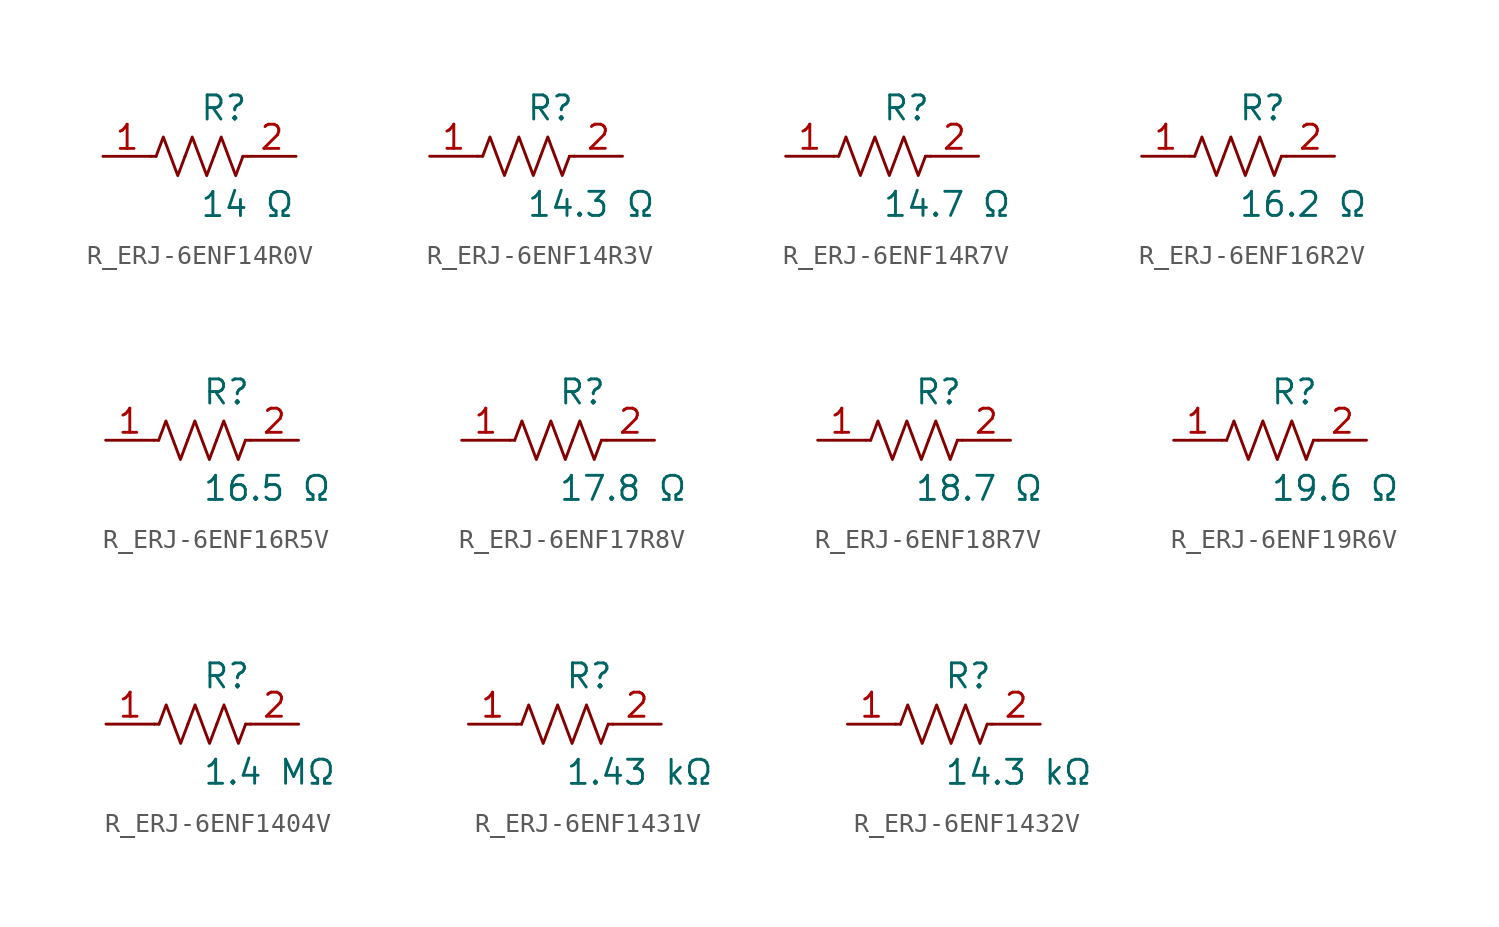
<source format=kicad_sym>
(kicad_symbol_lib
  (version 20231120)
  (generator kicad_symbol_editor)
  (generator_version 8.0)
  (symbol "R_ERJ-6ENF14R0V"
    (pin_names
      (offset 0.254))
    (property "Reference" "R"
      (at 0.0 2.54 0)
      (effects (font (size 1.27 1.27)) (justify left)))
    (property "Value" "14 Ω"
      (at 0.0 -2.54 0)
      (effects (font (size 1.27 1.27)) (justify left)))
    (symbol "R_ERJ-6ENF14R0V_0_1"
      (polyline (pts (xy 2.286 0) (xy 2.54 0)) (stroke (width 0) (type default)) (fill (type none)))
      (polyline (pts (xy -2.286 0) (xy -2.54 0)) (stroke (width 0) (type default)) (fill (type none)))
      (polyline (pts (xy 0.762 0) (xy 1.143 1.016) (xy 1.524 0) (xy 1.905 -1.016) (xy 2.286 0)) (stroke (width 0) (type default)) (fill (type none)))
      (polyline (pts (xy -0.762 0) (xy -0.381 1.016) (xy 0 0) (xy 0.381 -1.016) (xy 0.762 0)) (stroke (width 0) (type default)) (fill (type none)))
      (polyline (pts (xy -2.286 0) (xy -1.905 1.016) (xy -1.524 0) (xy -1.143 -1.016) (xy -0.762 0)) (stroke (width 0) (type default)) (fill (type none))))
    (pin unspecified line
      (at -5.08 0 0)
      (length 2.54)
      (name "" (effects (font (size 1.27 1.27))))
      (number "1" (effects (font (size 1.27 1.27)))))
    (pin unspecified line
      (at 5.08 0 180)
      (length 2.54)
      (name "" (effects (font (size 1.27 1.27))))
      (number "2" (effects (font (size 1.27 1.27))))))
  (symbol "R_ERJ-6ENF14R3V"
    (pin_names
      (offset 0.254))
    (property "Reference" "R"
      (at 0.0 2.54 0)
      (effects (font (size 1.27 1.27)) (justify left)))
    (property "Value" "14.3 Ω"
      (at 0.0 -2.54 0)
      (effects (font (size 1.27 1.27)) (justify left)))
    (symbol "R_ERJ-6ENF14R3V_0_1"
      (polyline (pts (xy 2.286 0) (xy 2.54 0)) (stroke (width 0) (type default)) (fill (type none)))
      (polyline (pts (xy -2.286 0) (xy -2.54 0)) (stroke (width 0) (type default)) (fill (type none)))
      (polyline (pts (xy 0.762 0) (xy 1.143 1.016) (xy 1.524 0) (xy 1.905 -1.016) (xy 2.286 0)) (stroke (width 0) (type default)) (fill (type none)))
      (polyline (pts (xy -0.762 0) (xy -0.381 1.016) (xy 0 0) (xy 0.381 -1.016) (xy 0.762 0)) (stroke (width 0) (type default)) (fill (type none)))
      (polyline (pts (xy -2.286 0) (xy -1.905 1.016) (xy -1.524 0) (xy -1.143 -1.016) (xy -0.762 0)) (stroke (width 0) (type default)) (fill (type none))))
    (pin unspecified line
      (at -5.08 0 0)
      (length 2.54)
      (name "" (effects (font (size 1.27 1.27))))
      (number "1" (effects (font (size 1.27 1.27)))))
    (pin unspecified line
      (at 5.08 0 180)
      (length 2.54)
      (name "" (effects (font (size 1.27 1.27))))
      (number "2" (effects (font (size 1.27 1.27))))))
  (symbol "R_ERJ-6ENF14R7V"
    (pin_names
      (offset 0.254))
    (property "Reference" "R"
      (at 0.0 2.54 0)
      (effects (font (size 1.27 1.27)) (justify left)))
    (property "Value" "14.7 Ω"
      (at 0.0 -2.54 0)
      (effects (font (size 1.27 1.27)) (justify left)))
    (symbol "R_ERJ-6ENF14R7V_0_1"
      (polyline (pts (xy 2.286 0) (xy 2.54 0)) (stroke (width 0) (type default)) (fill (type none)))
      (polyline (pts (xy -2.286 0) (xy -2.54 0)) (stroke (width 0) (type default)) (fill (type none)))
      (polyline (pts (xy 0.762 0) (xy 1.143 1.016) (xy 1.524 0) (xy 1.905 -1.016) (xy 2.286 0)) (stroke (width 0) (type default)) (fill (type none)))
      (polyline (pts (xy -0.762 0) (xy -0.381 1.016) (xy 0 0) (xy 0.381 -1.016) (xy 0.762 0)) (stroke (width 0) (type default)) (fill (type none)))
      (polyline (pts (xy -2.286 0) (xy -1.905 1.016) (xy -1.524 0) (xy -1.143 -1.016) (xy -0.762 0)) (stroke (width 0) (type default)) (fill (type none))))
    (pin unspecified line
      (at -5.08 0 0)
      (length 2.54)
      (name "" (effects (font (size 1.27 1.27))))
      (number "1" (effects (font (size 1.27 1.27)))))
    (pin unspecified line
      (at 5.08 0 180)
      (length 2.54)
      (name "" (effects (font (size 1.27 1.27))))
      (number "2" (effects (font (size 1.27 1.27))))))
  (symbol "R_ERJ-6ENF16R2V"
    (pin_names
      (offset 0.254))
    (property "Reference" "R"
      (at 0.0 2.54 0)
      (effects (font (size 1.27 1.27)) (justify left)))
    (property "Value" "16.2 Ω"
      (at 0.0 -2.54 0)
      (effects (font (size 1.27 1.27)) (justify left)))
    (symbol "R_ERJ-6ENF16R2V_0_1"
      (polyline (pts (xy 2.286 0) (xy 2.54 0)) (stroke (width 0) (type default)) (fill (type none)))
      (polyline (pts (xy -2.286 0) (xy -2.54 0)) (stroke (width 0) (type default)) (fill (type none)))
      (polyline (pts (xy 0.762 0) (xy 1.143 1.016) (xy 1.524 0) (xy 1.905 -1.016) (xy 2.286 0)) (stroke (width 0) (type default)) (fill (type none)))
      (polyline (pts (xy -0.762 0) (xy -0.381 1.016) (xy 0 0) (xy 0.381 -1.016) (xy 0.762 0)) (stroke (width 0) (type default)) (fill (type none)))
      (polyline (pts (xy -2.286 0) (xy -1.905 1.016) (xy -1.524 0) (xy -1.143 -1.016) (xy -0.762 0)) (stroke (width 0) (type default)) (fill (type none))))
    (pin unspecified line
      (at -5.08 0 0)
      (length 2.54)
      (name "" (effects (font (size 1.27 1.27))))
      (number "1" (effects (font (size 1.27 1.27)))))
    (pin unspecified line
      (at 5.08 0 180)
      (length 2.54)
      (name "" (effects (font (size 1.27 1.27))))
      (number "2" (effects (font (size 1.27 1.27))))))
  (symbol "R_ERJ-6ENF16R5V"
    (pin_names
      (offset 0.254))
    (property "Reference" "R"
      (at 0.0 2.54 0)
      (effects (font (size 1.27 1.27)) (justify left)))
    (property "Value" "16.5 Ω"
      (at 0.0 -2.54 0)
      (effects (font (size 1.27 1.27)) (justify left)))
    (symbol "R_ERJ-6ENF16R5V_0_1"
      (polyline (pts (xy 2.286 0) (xy 2.54 0)) (stroke (width 0) (type default)) (fill (type none)))
      (polyline (pts (xy -2.286 0) (xy -2.54 0)) (stroke (width 0) (type default)) (fill (type none)))
      (polyline (pts (xy 0.762 0) (xy 1.143 1.016) (xy 1.524 0) (xy 1.905 -1.016) (xy 2.286 0)) (stroke (width 0) (type default)) (fill (type none)))
      (polyline (pts (xy -0.762 0) (xy -0.381 1.016) (xy 0 0) (xy 0.381 -1.016) (xy 0.762 0)) (stroke (width 0) (type default)) (fill (type none)))
      (polyline (pts (xy -2.286 0) (xy -1.905 1.016) (xy -1.524 0) (xy -1.143 -1.016) (xy -0.762 0)) (stroke (width 0) (type default)) (fill (type none))))
    (pin unspecified line
      (at -5.08 0 0)
      (length 2.54)
      (name "" (effects (font (size 1.27 1.27))))
      (number "1" (effects (font (size 1.27 1.27)))))
    (pin unspecified line
      (at 5.08 0 180)
      (length 2.54)
      (name "" (effects (font (size 1.27 1.27))))
      (number "2" (effects (font (size 1.27 1.27))))))
  (symbol "R_ERJ-6ENF17R8V"
    (pin_names
      (offset 0.254))
    (property "Reference" "R"
      (at 0.0 2.54 0)
      (effects (font (size 1.27 1.27)) (justify left)))
    (property "Value" "17.8 Ω"
      (at 0.0 -2.54 0)
      (effects (font (size 1.27 1.27)) (justify left)))
    (symbol "R_ERJ-6ENF17R8V_0_1"
      (polyline (pts (xy 2.286 0) (xy 2.54 0)) (stroke (width 0) (type default)) (fill (type none)))
      (polyline (pts (xy -2.286 0) (xy -2.54 0)) (stroke (width 0) (type default)) (fill (type none)))
      (polyline (pts (xy 0.762 0) (xy 1.143 1.016) (xy 1.524 0) (xy 1.905 -1.016) (xy 2.286 0)) (stroke (width 0) (type default)) (fill (type none)))
      (polyline (pts (xy -0.762 0) (xy -0.381 1.016) (xy 0 0) (xy 0.381 -1.016) (xy 0.762 0)) (stroke (width 0) (type default)) (fill (type none)))
      (polyline (pts (xy -2.286 0) (xy -1.905 1.016) (xy -1.524 0) (xy -1.143 -1.016) (xy -0.762 0)) (stroke (width 0) (type default)) (fill (type none))))
    (pin unspecified line
      (at -5.08 0 0)
      (length 2.54)
      (name "" (effects (font (size 1.27 1.27))))
      (number "1" (effects (font (size 1.27 1.27)))))
    (pin unspecified line
      (at 5.08 0 180)
      (length 2.54)
      (name "" (effects (font (size 1.27 1.27))))
      (number "2" (effects (font (size 1.27 1.27))))))
  (symbol "R_ERJ-6ENF18R7V"
    (pin_names
      (offset 0.254))
    (property "Reference" "R"
      (at 0.0 2.54 0)
      (effects (font (size 1.27 1.27)) (justify left)))
    (property "Value" "18.7 Ω"
      (at 0.0 -2.54 0)
      (effects (font (size 1.27 1.27)) (justify left)))
    (symbol "R_ERJ-6ENF18R7V_0_1"
      (polyline (pts (xy 2.286 0) (xy 2.54 0)) (stroke (width 0) (type default)) (fill (type none)))
      (polyline (pts (xy -2.286 0) (xy -2.54 0)) (stroke (width 0) (type default)) (fill (type none)))
      (polyline (pts (xy 0.762 0) (xy 1.143 1.016) (xy 1.524 0) (xy 1.905 -1.016) (xy 2.286 0)) (stroke (width 0) (type default)) (fill (type none)))
      (polyline (pts (xy -0.762 0) (xy -0.381 1.016) (xy 0 0) (xy 0.381 -1.016) (xy 0.762 0)) (stroke (width 0) (type default)) (fill (type none)))
      (polyline (pts (xy -2.286 0) (xy -1.905 1.016) (xy -1.524 0) (xy -1.143 -1.016) (xy -0.762 0)) (stroke (width 0) (type default)) (fill (type none))))
    (pin unspecified line
      (at -5.08 0 0)
      (length 2.54)
      (name "" (effects (font (size 1.27 1.27))))
      (number "1" (effects (font (size 1.27 1.27)))))
    (pin unspecified line
      (at 5.08 0 180)
      (length 2.54)
      (name "" (effects (font (size 1.27 1.27))))
      (number "2" (effects (font (size 1.27 1.27))))))
  (symbol "R_ERJ-6ENF19R6V"
    (pin_names
      (offset 0.254))
    (property "Reference" "R"
      (at 0.0 2.54 0)
      (effects (font (size 1.27 1.27)) (justify left)))
    (property "Value" "19.6 Ω"
      (at 0.0 -2.54 0)
      (effects (font (size 1.27 1.27)) (justify left)))
    (symbol "R_ERJ-6ENF19R6V_0_1"
      (polyline (pts (xy 2.286 0) (xy 2.54 0)) (stroke (width 0) (type default)) (fill (type none)))
      (polyline (pts (xy -2.286 0) (xy -2.54 0)) (stroke (width 0) (type default)) (fill (type none)))
      (polyline (pts (xy 0.762 0) (xy 1.143 1.016) (xy 1.524 0) (xy 1.905 -1.016) (xy 2.286 0)) (stroke (width 0) (type default)) (fill (type none)))
      (polyline (pts (xy -0.762 0) (xy -0.381 1.016) (xy 0 0) (xy 0.381 -1.016) (xy 0.762 0)) (stroke (width 0) (type default)) (fill (type none)))
      (polyline (pts (xy -2.286 0) (xy -1.905 1.016) (xy -1.524 0) (xy -1.143 -1.016) (xy -0.762 0)) (stroke (width 0) (type default)) (fill (type none))))
    (pin unspecified line
      (at -5.08 0 0)
      (length 2.54)
      (name "" (effects (font (size 1.27 1.27))))
      (number "1" (effects (font (size 1.27 1.27)))))
    (pin unspecified line
      (at 5.08 0 180)
      (length 2.54)
      (name "" (effects (font (size 1.27 1.27))))
      (number "2" (effects (font (size 1.27 1.27))))))
  (symbol "R_ERJ-6ENF1404V"
    (pin_names
      (offset 0.254))
    (property "Reference" "R"
      (at 0.0 2.54 0)
      (effects (font (size 1.27 1.27)) (justify left)))
    (property "Value" "1.4 MΩ"
      (at 0.0 -2.54 0)
      (effects (font (size 1.27 1.27)) (justify left)))
    (symbol "R_ERJ-6ENF1404V_0_1"
      (polyline (pts (xy 2.286 0) (xy 2.54 0)) (stroke (width 0) (type default)) (fill (type none)))
      (polyline (pts (xy -2.286 0) (xy -2.54 0)) (stroke (width 0) (type default)) (fill (type none)))
      (polyline (pts (xy 0.762 0) (xy 1.143 1.016) (xy 1.524 0) (xy 1.905 -1.016) (xy 2.286 0)) (stroke (width 0) (type default)) (fill (type none)))
      (polyline (pts (xy -0.762 0) (xy -0.381 1.016) (xy 0 0) (xy 0.381 -1.016) (xy 0.762 0)) (stroke (width 0) (type default)) (fill (type none)))
      (polyline (pts (xy -2.286 0) (xy -1.905 1.016) (xy -1.524 0) (xy -1.143 -1.016) (xy -0.762 0)) (stroke (width 0) (type default)) (fill (type none))))
    (pin unspecified line
      (at -5.08 0 0)
      (length 2.54)
      (name "" (effects (font (size 1.27 1.27))))
      (number "1" (effects (font (size 1.27 1.27)))))
    (pin unspecified line
      (at 5.08 0 180)
      (length 2.54)
      (name "" (effects (font (size 1.27 1.27))))
      (number "2" (effects (font (size 1.27 1.27))))))
  (symbol "R_ERJ-6ENF1431V"
    (pin_names
      (offset 0.254))
    (property "Reference" "R"
      (at 0.0 2.54 0)
      (effects (font (size 1.27 1.27)) (justify left)))
    (property "Value" "1.43 kΩ"
      (at 0.0 -2.54 0)
      (effects (font (size 1.27 1.27)) (justify left)))
    (symbol "R_ERJ-6ENF1431V_0_1"
      (polyline (pts (xy 2.286 0) (xy 2.54 0)) (stroke (width 0) (type default)) (fill (type none)))
      (polyline (pts (xy -2.286 0) (xy -2.54 0)) (stroke (width 0) (type default)) (fill (type none)))
      (polyline (pts (xy 0.762 0) (xy 1.143 1.016) (xy 1.524 0) (xy 1.905 -1.016) (xy 2.286 0)) (stroke (width 0) (type default)) (fill (type none)))
      (polyline (pts (xy -0.762 0) (xy -0.381 1.016) (xy 0 0) (xy 0.381 -1.016) (xy 0.762 0)) (stroke (width 0) (type default)) (fill (type none)))
      (polyline (pts (xy -2.286 0) (xy -1.905 1.016) (xy -1.524 0) (xy -1.143 -1.016) (xy -0.762 0)) (stroke (width 0) (type default)) (fill (type none))))
    (pin unspecified line
      (at -5.08 0 0)
      (length 2.54)
      (name "" (effects (font (size 1.27 1.27))))
      (number "1" (effects (font (size 1.27 1.27)))))
    (pin unspecified line
      (at 5.08 0 180)
      (length 2.54)
      (name "" (effects (font (size 1.27 1.27))))
      (number "2" (effects (font (size 1.27 1.27))))))
  (symbol "R_ERJ-6ENF1432V"
    (pin_names
      (offset 0.254))
    (property "Reference" "R"
      (at 0.0 2.54 0)
      (effects (font (size 1.27 1.27)) (justify left)))
    (property "Value" "14.3 kΩ"
      (at 0.0 -2.54 0)
      (effects (font (size 1.27 1.27)) (justify left)))
    (symbol "R_ERJ-6ENF1432V_0_1"
      (polyline (pts (xy 2.286 0) (xy 2.54 0)) (stroke (width 0) (type default)) (fill (type none)))
      (polyline (pts (xy -2.286 0) (xy -2.54 0)) (stroke (width 0) (type default)) (fill (type none)))
      (polyline (pts (xy 0.762 0) (xy 1.143 1.016) (xy 1.524 0) (xy 1.905 -1.016) (xy 2.286 0)) (stroke (width 0) (type default)) (fill (type none)))
      (polyline (pts (xy -0.762 0) (xy -0.381 1.016) (xy 0 0) (xy 0.381 -1.016) (xy 0.762 0)) (stroke (width 0) (type default)) (fill (type none)))
      (polyline (pts (xy -2.286 0) (xy -1.905 1.016) (xy -1.524 0) (xy -1.143 -1.016) (xy -0.762 0)) (stroke (width 0) (type default)) (fill (type none))))
    (pin unspecified line
      (at -5.08 0 0)
      (length 2.54)
      (name "" (effects (font (size 1.27 1.27))))
      (number "1" (effects (font (size 1.27 1.27)))))
    (pin unspecified line
      (at 5.08 0 180)
      (length 2.54)
      (name "" (effects (font (size 1.27 1.27))))
      (number "2" (effects (font (size 1.27 1.27)))))))
</source>
